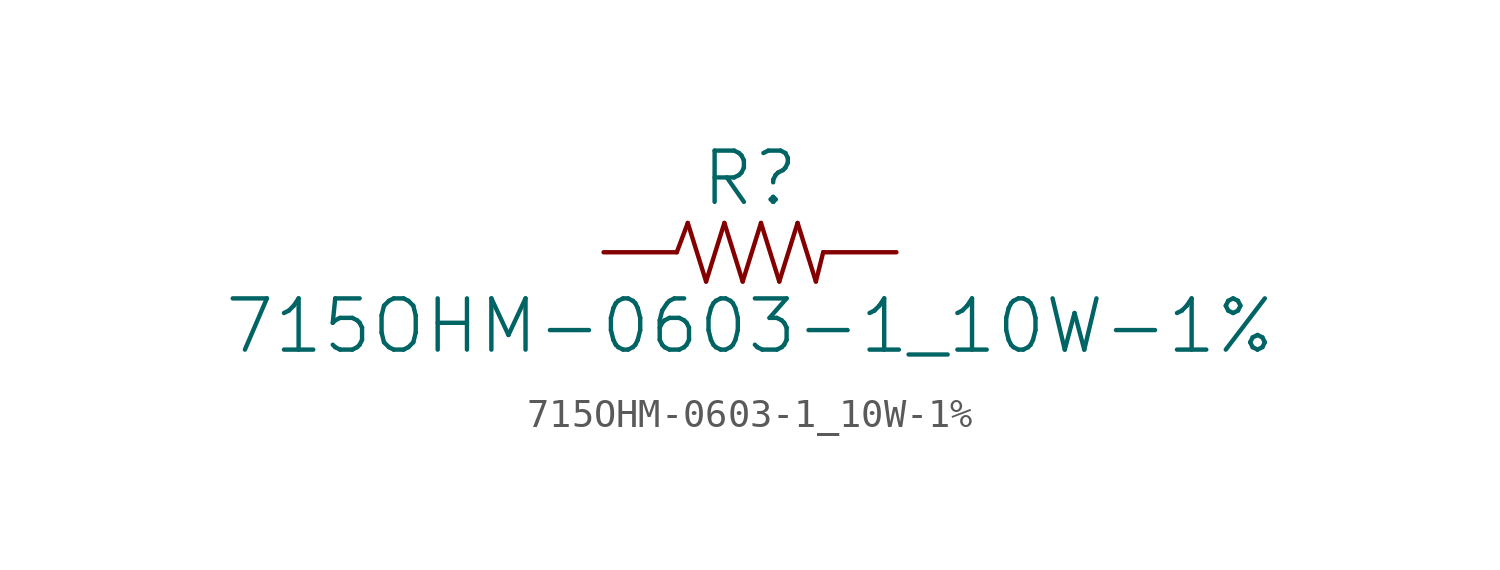
<source format=kicad_sym>
(kicad_symbol_lib
  (version 20211014)
  (generator kicad_symbol_editor)
  (symbol "715OHM-0603-1_10W-1%"
    (pin_names
      (offset 1.016))
    (property "Reference" "R"
      (at 0 1.524 0)
      (effects (font (size 1.778 1.778)) (justify bottom)))
    (property "Value" "715OHM-0603-1_10W-1%"
      (at 0 -1.524 0)
      (effects (font (size 1.778 1.778)) (justify top)))
    (property "ki_locked" ""
      (at 0 0 0)
      (effects (font (size 1.27 1.27))))
    (symbol "715OHM-0603-1_10W-1%_1_0"
      (polyline (pts (xy -2.54 0) (xy -2.159 1.016)) (stroke (width 0) (type default) (color 0 0 0 0)) (fill (type none)))
      (polyline (pts (xy -2.159 1.016) (xy -1.524 -1.016)) (stroke (width 0) (type default) (color 0 0 0 0)) (fill (type none)))
      (polyline (pts (xy -1.524 -1.016) (xy -0.889 1.016)) (stroke (width 0) (type default) (color 0 0 0 0)) (fill (type none)))
      (polyline (pts (xy -0.889 1.016) (xy -0.254 -1.016)) (stroke (width 0) (type default) (color 0 0 0 0)) (fill (type none)))
      (polyline (pts (xy -0.254 -1.016) (xy 0.381 1.016)) (stroke (width 0) (type default) (color 0 0 0 0)) (fill (type none)))
      (polyline (pts (xy 0.381 1.016) (xy 1.016 -1.016)) (stroke (width 0) (type default) (color 0 0 0 0)) (fill (type none)))
      (polyline (pts (xy 1.016 -1.016) (xy 1.651 1.016)) (stroke (width 0) (type default) (color 0 0 0 0)) (fill (type none)))
      (polyline (pts (xy 1.651 1.016) (xy 2.286 -1.016)) (stroke (width 0) (type default) (color 0 0 0 0)) (fill (type none)))
      (polyline (pts (xy 2.286 -1.016) (xy 2.54 0)) (stroke (width 0) (type default) (color 0 0 0 0)) (fill (type none)))
      (pin passive line (at -5.08 0 0) (length 2.54) (name "1" (effects (font (size 0 0)))) (number "1" (effects (font (size 0 0)))))
      (pin passive line (at 5.08 0 180) (length 2.54) (name "2" (effects (font (size 0 0)))) (number "2" (effects (font (size 0 0))))))))
</source>
